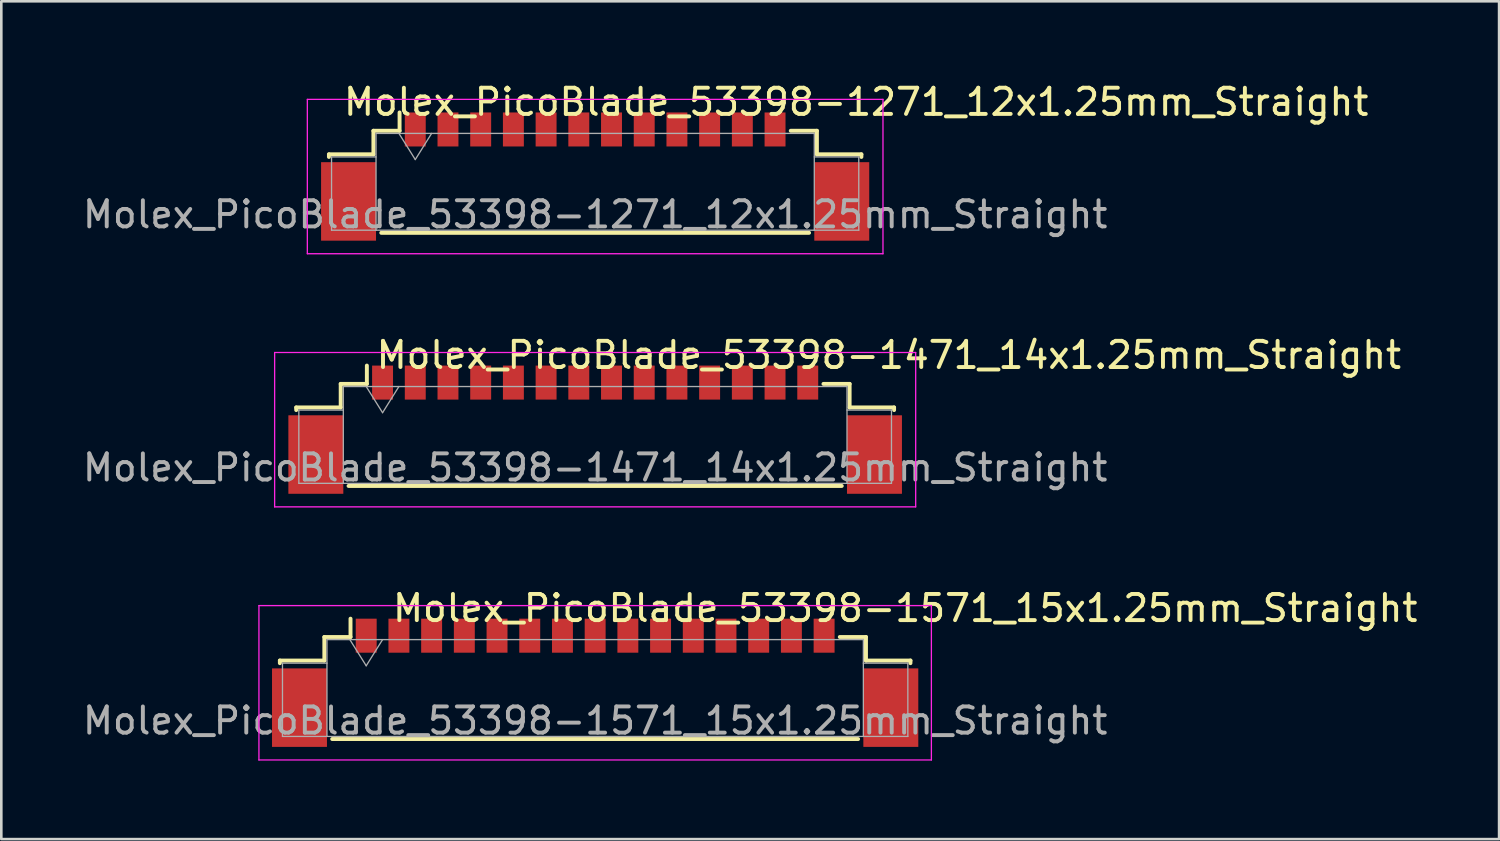
<source format=kicad_pcb>
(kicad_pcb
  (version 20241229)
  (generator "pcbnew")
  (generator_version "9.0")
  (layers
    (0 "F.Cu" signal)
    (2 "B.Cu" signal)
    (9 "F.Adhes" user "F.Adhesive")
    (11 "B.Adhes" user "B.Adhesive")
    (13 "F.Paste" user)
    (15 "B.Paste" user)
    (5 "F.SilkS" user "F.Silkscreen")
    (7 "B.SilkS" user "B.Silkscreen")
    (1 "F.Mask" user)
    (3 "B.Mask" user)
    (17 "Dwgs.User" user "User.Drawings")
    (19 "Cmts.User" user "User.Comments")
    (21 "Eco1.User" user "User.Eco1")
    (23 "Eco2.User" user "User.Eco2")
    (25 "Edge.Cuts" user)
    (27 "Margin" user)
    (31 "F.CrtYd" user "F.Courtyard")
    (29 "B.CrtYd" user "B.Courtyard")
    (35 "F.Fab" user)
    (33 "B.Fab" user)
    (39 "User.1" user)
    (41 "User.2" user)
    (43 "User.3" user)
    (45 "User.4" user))
  (footprint "Molex_PicoBlade_53398-1471_14x1.25mm_Straight"
    (layer "F.Cu")
    (at 19.696 14.322)
    (property "Reference" "Molex_PicoBlade_53398-1471_14x1.25mm_Straight" (at 0 0.5 0) (layer "F.Fab") (effects (font (size 1 1) (thickness 0.15))))
    (attr through_hole)
    (fp_line (start -11.425 -1.8) (end -11.425 -1.7) (stroke (width 0.15) (type solid)) (layer "F.SilkS"))
    (fp_line (start -9.725 -2.7) (end -9.725 -1.8) (stroke (width 0.15) (type solid)) (layer "F.SilkS"))
    (fp_line (start -9.725 -1.8) (end -11.425 -1.8) (stroke (width 0.15) (type solid)) (layer "F.SilkS"))
    (fp_line (start -9.425 1.2) (end 9.425 1.2) (stroke (width 0.15) (type solid)) (layer "F.SilkS"))
    (fp_line (start -8.725 -3.4) (end -8.725 -2.7) (stroke (width 0.15) (type solid)) (layer "F.SilkS"))
    (fp_line (start -8.725 -2.7) (end -9.725 -2.7) (stroke (width 0.15) (type solid)) (layer "F.SilkS"))
    (fp_line (start 8.725 -2.7) (end 9.725 -2.7) (stroke (width 0.15) (type solid)) (layer "F.SilkS"))
    (fp_line (start 9.725 -2.7) (end 9.725 -1.8) (stroke (width 0.15) (type solid)) (layer "F.SilkS"))
    (fp_line (start 9.725 -1.8) (end 11.425 -1.8) (stroke (width 0.15) (type solid)) (layer "F.SilkS"))
    (fp_line (start 11.425 -1.8) (end 11.425 -1.7) (stroke (width 0.15) (type solid)) (layer "F.SilkS"))
    (fp_line (start -12.25 -3.9) (end -12.25 2) (stroke (width 0.05) (type solid)) (layer "F.CrtYd"))
    (fp_line (start -12.25 2) (end 12.25 2) (stroke (width 0.05) (type solid)) (layer "F.CrtYd"))
    (fp_line (start 12.25 -3.9) (end -12.25 -3.9) (stroke (width 0.05) (type solid)) (layer "F.CrtYd"))
    (fp_line (start 12.25 2) (end 12.25 -3.9) (stroke (width 0.05) (type solid)) (layer "F.CrtYd"))
    (fp_line (start -11.325 -1.7) (end -9.625 -1.7) (stroke (width 0.05) (type solid)) (layer "F.Fab"))
    (fp_line (start -11.325 1.1) (end -11.325 -1.7) (stroke (width 0.05) (type solid)) (layer "F.Fab"))
    (fp_line (start -9.625 -2.6) (end 9.625 -2.6) (stroke (width 0.05) (type solid)) (layer "F.Fab"))
    (fp_line (start -9.625 1.1) (end -11.325 1.1) (stroke (width 0.05) (type solid)) (layer "F.Fab"))
    (fp_line (start -9.625 1.1) (end -9.625 -2.6) (stroke (width 0.05) (type solid)) (layer "F.Fab"))
    (fp_line (start -8.75 -2.6) (end -8.125 -1.6) (stroke (width 0.05) (type solid)) (layer "F.Fab"))
    (fp_line (start -8.125 -1.6) (end -7.5 -2.6) (stroke (width 0.05) (type solid)) (layer "F.Fab"))
    (fp_line (start 9.625 -2.6) (end 9.625 1.1) (stroke (width 0.05) (type solid)) (layer "F.Fab"))
    (fp_line (start 9.625 -1.7) (end 11.325 -1.7) (stroke (width 0.05) (type solid)) (layer "F.Fab"))
    (fp_line (start 9.625 1.1) (end -9.625 1.1) (stroke (width 0.05) (type solid)) (layer "F.Fab"))
    (fp_line (start 11.325 -1.7) (end 11.325 1.1) (stroke (width 0.05) (type solid)) (layer "F.Fab"))
    (fp_line (start 11.325 1.1) (end 9.625 1.1) (stroke (width 0.05) (type solid)) (layer "F.Fab"))
    (fp_text user "${REFERENCE}" (at 11.225 -3.8 0) (layer "F.SilkS") (effects (font (size 1 1) (thickness 0.15))))
    (pad "" smd rect (at -10.675 0) (size 2.1 3) (layers "F.Cu" "F.Mask" "F.Paste"))
    (pad "" smd rect (at 10.675 0) (size 2.1 3) (layers "F.Cu" "F.Mask" "F.Paste"))
    (pad "1" smd rect (at -8.125 -2.75) (size 0.8 1.3) (layers "F.Cu" "F.Mask" "F.Paste"))
    (pad "2" smd rect (at -6.875 -2.75) (size 0.8 1.3) (layers "F.Cu" "F.Mask" "F.Paste"))
    (pad "3" smd rect (at -5.625 -2.75) (size 0.8 1.3) (layers "F.Cu" "F.Mask" "F.Paste"))
    (pad "4" smd rect (at -4.375 -2.75) (size 0.8 1.3) (layers "F.Cu" "F.Mask" "F.Paste"))
    (pad "5" smd rect (at -3.125 -2.75) (size 0.8 1.3) (layers "F.Cu" "F.Mask" "F.Paste"))
    (pad "6" smd rect (at -1.875 -2.75) (size 0.8 1.3) (layers "F.Cu" "F.Mask" "F.Paste"))
    (pad "7" smd rect (at -0.625 -2.75) (size 0.8 1.3) (layers "F.Cu" "F.Mask" "F.Paste"))
    (pad "8" smd rect (at 0.625 -2.75) (size 0.8 1.3) (layers "F.Cu" "F.Mask" "F.Paste"))
    (pad "9" smd rect (at 1.875 -2.75) (size 0.8 1.3) (layers "F.Cu" "F.Mask" "F.Paste"))
    (pad "10" smd rect (at 3.125 -2.75) (size 0.8 1.3) (layers "F.Cu" "F.Mask" "F.Paste"))
    (pad "11" smd rect (at 4.375 -2.75) (size 0.8 1.3) (layers "F.Cu" "F.Mask" "F.Paste"))
    (pad "12" smd rect (at 5.625 -2.75) (size 0.8 1.3) (layers "F.Cu" "F.Mask" "F.Paste"))
    (pad "13" smd rect (at 6.875 -2.75) (size 0.8 1.3) (layers "F.Cu" "F.Mask" "F.Paste"))
    (pad "14" smd rect (at 8.125 -2.75) (size 0.8 1.3) (layers "F.Cu" "F.Mask" "F.Paste")))
  (footprint "Molex_PicoBlade_53398-1571_15x1.25mm_Straight"
    (layer "F.Cu")
    (at 19.696 23.995)
    (property "Reference" "Molex_PicoBlade_53398-1571_15x1.25mm_Straight" (at 0 0.5 0) (layer "F.Fab") (effects (font (size 1 1) (thickness 0.15))))
    (attr through_hole)
    (fp_line (start -12.05 -1.8) (end -12.05 -1.7) (stroke (width 0.15) (type solid)) (layer "F.SilkS"))
    (fp_line (start -10.35 -2.7) (end -10.35 -1.8) (stroke (width 0.15) (type solid)) (layer "F.SilkS"))
    (fp_line (start -10.35 -1.8) (end -12.05 -1.8) (stroke (width 0.15) (type solid)) (layer "F.SilkS"))
    (fp_line (start -10.05 1.2) (end 10.05 1.2) (stroke (width 0.15) (type solid)) (layer "F.SilkS"))
    (fp_line (start -9.35 -3.4) (end -9.35 -2.7) (stroke (width 0.15) (type solid)) (layer "F.SilkS"))
    (fp_line (start -9.35 -2.7) (end -10.35 -2.7) (stroke (width 0.15) (type solid)) (layer "F.SilkS"))
    (fp_line (start 9.35 -2.7) (end 10.35 -2.7) (stroke (width 0.15) (type solid)) (layer "F.SilkS"))
    (fp_line (start 10.35 -2.7) (end 10.35 -1.8) (stroke (width 0.15) (type solid)) (layer "F.SilkS"))
    (fp_line (start 10.35 -1.8) (end 12.05 -1.8) (stroke (width 0.15) (type solid)) (layer "F.SilkS"))
    (fp_line (start 12.05 -1.8) (end 12.05 -1.7) (stroke (width 0.15) (type solid)) (layer "F.SilkS"))
    (fp_line (start -12.85 -3.9) (end -12.85 2) (stroke (width 0.05) (type solid)) (layer "F.CrtYd"))
    (fp_line (start -12.85 2) (end 12.85 2) (stroke (width 0.05) (type solid)) (layer "F.CrtYd"))
    (fp_line (start 12.85 -3.9) (end -12.85 -3.9) (stroke (width 0.05) (type solid)) (layer "F.CrtYd"))
    (fp_line (start 12.85 2) (end 12.85 -3.9) (stroke (width 0.05) (type solid)) (layer "F.CrtYd"))
    (fp_line (start -11.95 -1.7) (end -10.25 -1.7) (stroke (width 0.05) (type solid)) (layer "F.Fab"))
    (fp_line (start -11.95 1.1) (end -11.95 -1.7) (stroke (width 0.05) (type solid)) (layer "F.Fab"))
    (fp_line (start -10.25 -2.6) (end 10.25 -2.6) (stroke (width 0.05) (type solid)) (layer "F.Fab"))
    (fp_line (start -10.25 1.1) (end -11.95 1.1) (stroke (width 0.05) (type solid)) (layer "F.Fab"))
    (fp_line (start -10.25 1.1) (end -10.25 -2.6) (stroke (width 0.05) (type solid)) (layer "F.Fab"))
    (fp_line (start -9.375 -2.6) (end -8.75 -1.6) (stroke (width 0.05) (type solid)) (layer "F.Fab"))
    (fp_line (start -8.75 -1.6) (end -8.125 -2.6) (stroke (width 0.05) (type solid)) (layer "F.Fab"))
    (fp_line (start 10.25 -2.6) (end 10.25 1.1) (stroke (width 0.05) (type solid)) (layer "F.Fab"))
    (fp_line (start 10.25 -1.7) (end 11.95 -1.7) (stroke (width 0.05) (type solid)) (layer "F.Fab"))
    (fp_line (start 10.25 1.1) (end -10.25 1.1) (stroke (width 0.05) (type solid)) (layer "F.Fab"))
    (fp_line (start 11.95 -1.7) (end 11.95 1.1) (stroke (width 0.05) (type solid)) (layer "F.Fab"))
    (fp_line (start 11.95 1.1) (end 10.25 1.1) (stroke (width 0.05) (type solid)) (layer "F.Fab"))
    (fp_text user "${REFERENCE}" (at 11.85 -3.8 0) (layer "F.SilkS") (effects (font (size 1 1) (thickness 0.15))))
    (pad "" smd rect (at -11.3 0) (size 2.1 3) (layers "F.Cu" "F.Mask" "F.Paste"))
    (pad "" smd rect (at 11.3 0) (size 2.1 3) (layers "F.Cu" "F.Mask" "F.Paste"))
    (pad "1" smd rect (at -8.75 -2.75) (size 0.8 1.3) (layers "F.Cu" "F.Mask" "F.Paste"))
    (pad "2" smd rect (at -7.5 -2.75) (size 0.8 1.3) (layers "F.Cu" "F.Mask" "F.Paste"))
    (pad "3" smd rect (at -6.25 -2.75) (size 0.8 1.3) (layers "F.Cu" "F.Mask" "F.Paste"))
    (pad "4" smd rect (at -5 -2.75) (size 0.8 1.3) (layers "F.Cu" "F.Mask" "F.Paste"))
    (pad "5" smd rect (at -3.75 -2.75) (size 0.8 1.3) (layers "F.Cu" "F.Mask" "F.Paste"))
    (pad "6" smd rect (at -2.5 -2.75) (size 0.8 1.3) (layers "F.Cu" "F.Mask" "F.Paste"))
    (pad "7" smd rect (at -1.25 -2.75) (size 0.8 1.3) (layers "F.Cu" "F.Mask" "F.Paste"))
    (pad "8" smd rect (at 0 -2.75) (size 0.8 1.3) (layers "F.Cu" "F.Mask" "F.Paste"))
    (pad "9" smd rect (at 1.25 -2.75) (size 0.8 1.3) (layers "F.Cu" "F.Mask" "F.Paste"))
    (pad "10" smd rect (at 2.5 -2.75) (size 0.8 1.3) (layers "F.Cu" "F.Mask" "F.Paste"))
    (pad "11" smd rect (at 3.75 -2.75) (size 0.8 1.3) (layers "F.Cu" "F.Mask" "F.Paste"))
    (pad "12" smd rect (at 5 -2.75) (size 0.8 1.3) (layers "F.Cu" "F.Mask" "F.Paste"))
    (pad "13" smd rect (at 6.25 -2.75) (size 0.8 1.3) (layers "F.Cu" "F.Mask" "F.Paste"))
    (pad "14" smd rect (at 7.5 -2.75) (size 0.8 1.3) (layers "F.Cu" "F.Mask" "F.Paste"))
    (pad "15" smd rect (at 8.75 -2.75) (size 0.8 1.3) (layers "F.Cu" "F.Mask" "F.Paste")))
  (footprint "Molex_PicoBlade_53398-1271_12x1.25mm_Straight"
    (layer "F.Cu")
    (at 19.696 4.648)
    (property "Reference" "Molex_PicoBlade_53398-1271_12x1.25mm_Straight" (at 0 0.5 0) (layer "F.Fab") (effects (font (size 1 1) (thickness 0.15))))
    (attr through_hole)
    (fp_line (start -10.175 -1.8) (end -10.175 -1.7) (stroke (width 0.15) (type solid)) (layer "F.SilkS"))
    (fp_line (start -8.475 -2.7) (end -8.475 -1.8) (stroke (width 0.15) (type solid)) (layer "F.SilkS"))
    (fp_line (start -8.475 -1.8) (end -10.175 -1.8) (stroke (width 0.15) (type solid)) (layer "F.SilkS"))
    (fp_line (start -8.175 1.2) (end 8.175 1.2) (stroke (width 0.15) (type solid)) (layer "F.SilkS"))
    (fp_line (start -7.475 -3.4) (end -7.475 -2.7) (stroke (width 0.15) (type solid)) (layer "F.SilkS"))
    (fp_line (start -7.475 -2.7) (end -8.475 -2.7) (stroke (width 0.15) (type solid)) (layer "F.SilkS"))
    (fp_line (start 7.475 -2.7) (end 8.475 -2.7) (stroke (width 0.15) (type solid)) (layer "F.SilkS"))
    (fp_line (start 8.475 -2.7) (end 8.475 -1.8) (stroke (width 0.15) (type solid)) (layer "F.SilkS"))
    (fp_line (start 8.475 -1.8) (end 10.175 -1.8) (stroke (width 0.15) (type solid)) (layer "F.SilkS"))
    (fp_line (start 10.175 -1.8) (end 10.175 -1.7) (stroke (width 0.15) (type solid)) (layer "F.SilkS"))
    (fp_line (start -11 -3.9) (end -11 2) (stroke (width 0.05) (type solid)) (layer "F.CrtYd"))
    (fp_line (start -11 2) (end 11 2) (stroke (width 0.05) (type solid)) (layer "F.CrtYd"))
    (fp_line (start 11 -3.9) (end -11 -3.9) (stroke (width 0.05) (type solid)) (layer "F.CrtYd"))
    (fp_line (start 11 2) (end 11 -3.9) (stroke (width 0.05) (type solid)) (layer "F.CrtYd"))
    (fp_line (start -10.075 -1.7) (end -8.375 -1.7) (stroke (width 0.05) (type solid)) (layer "F.Fab"))
    (fp_line (start -10.075 1.1) (end -10.075 -1.7) (stroke (width 0.05) (type solid)) (layer "F.Fab"))
    (fp_line (start -8.375 -2.6) (end 8.375 -2.6) (stroke (width 0.05) (type solid)) (layer "F.Fab"))
    (fp_line (start -8.375 1.1) (end -10.075 1.1) (stroke (width 0.05) (type solid)) (layer "F.Fab"))
    (fp_line (start -8.375 1.1) (end -8.375 -2.6) (stroke (width 0.05) (type solid)) (layer "F.Fab"))
    (fp_line (start -7.5 -2.6) (end -6.875 -1.6) (stroke (width 0.05) (type solid)) (layer "F.Fab"))
    (fp_line (start -6.875 -1.6) (end -6.25 -2.6) (stroke (width 0.05) (type solid)) (layer "F.Fab"))
    (fp_line (start 8.375 -2.6) (end 8.375 1.1) (stroke (width 0.05) (type solid)) (layer "F.Fab"))
    (fp_line (start 8.375 -1.7) (end 10.075 -1.7) (stroke (width 0.05) (type solid)) (layer "F.Fab"))
    (fp_line (start 8.375 1.1) (end -8.375 1.1) (stroke (width 0.05) (type solid)) (layer "F.Fab"))
    (fp_line (start 10.075 -1.7) (end 10.075 1.1) (stroke (width 0.05) (type solid)) (layer "F.Fab"))
    (fp_line (start 10.075 1.1) (end 8.375 1.1) (stroke (width 0.05) (type solid)) (layer "F.Fab"))
    (fp_text user "${REFERENCE}" (at 9.975 -3.8 0) (layer "F.SilkS") (effects (font (size 1 1) (thickness 0.15))))
    (pad "" smd rect (at -9.425 0) (size 2.1 3) (layers "F.Cu" "F.Mask" "F.Paste"))
    (pad "" smd rect (at 9.425 0) (size 2.1 3) (layers "F.Cu" "F.Mask" "F.Paste"))
    (pad "1" smd rect (at -6.875 -2.75) (size 0.8 1.3) (layers "F.Cu" "F.Mask" "F.Paste"))
    (pad "2" smd rect (at -5.625 -2.75) (size 0.8 1.3) (layers "F.Cu" "F.Mask" "F.Paste"))
    (pad "3" smd rect (at -4.375 -2.75) (size 0.8 1.3) (layers "F.Cu" "F.Mask" "F.Paste"))
    (pad "4" smd rect (at -3.125 -2.75) (size 0.8 1.3) (layers "F.Cu" "F.Mask" "F.Paste"))
    (pad "5" smd rect (at -1.875 -2.75) (size 0.8 1.3) (layers "F.Cu" "F.Mask" "F.Paste"))
    (pad "6" smd rect (at -0.625 -2.75) (size 0.8 1.3) (layers "F.Cu" "F.Mask" "F.Paste"))
    (pad "7" smd rect (at 0.625 -2.75) (size 0.8 1.3) (layers "F.Cu" "F.Mask" "F.Paste"))
    (pad "8" smd rect (at 1.875 -2.75) (size 0.8 1.3) (layers "F.Cu" "F.Mask" "F.Paste"))
    (pad "9" smd rect (at 3.125 -2.75) (size 0.8 1.3) (layers "F.Cu" "F.Mask" "F.Paste"))
    (pad "10" smd rect (at 4.375 -2.75) (size 0.8 1.3) (layers "F.Cu" "F.Mask" "F.Paste"))
    (pad "11" smd rect (at 5.625 -2.75) (size 0.8 1.3) (layers "F.Cu" "F.Mask" "F.Paste"))
    (pad "12" smd rect (at 6.875 -2.75) (size 0.8 1.3) (layers "F.Cu" "F.Mask" "F.Paste")))
  (gr_rect
    (start -3 -3)
    (end 54.243 29.02)
    (stroke (width 0.1) (type default))
    (fill no)
    (layer "Edge.Cuts")))
</source>
